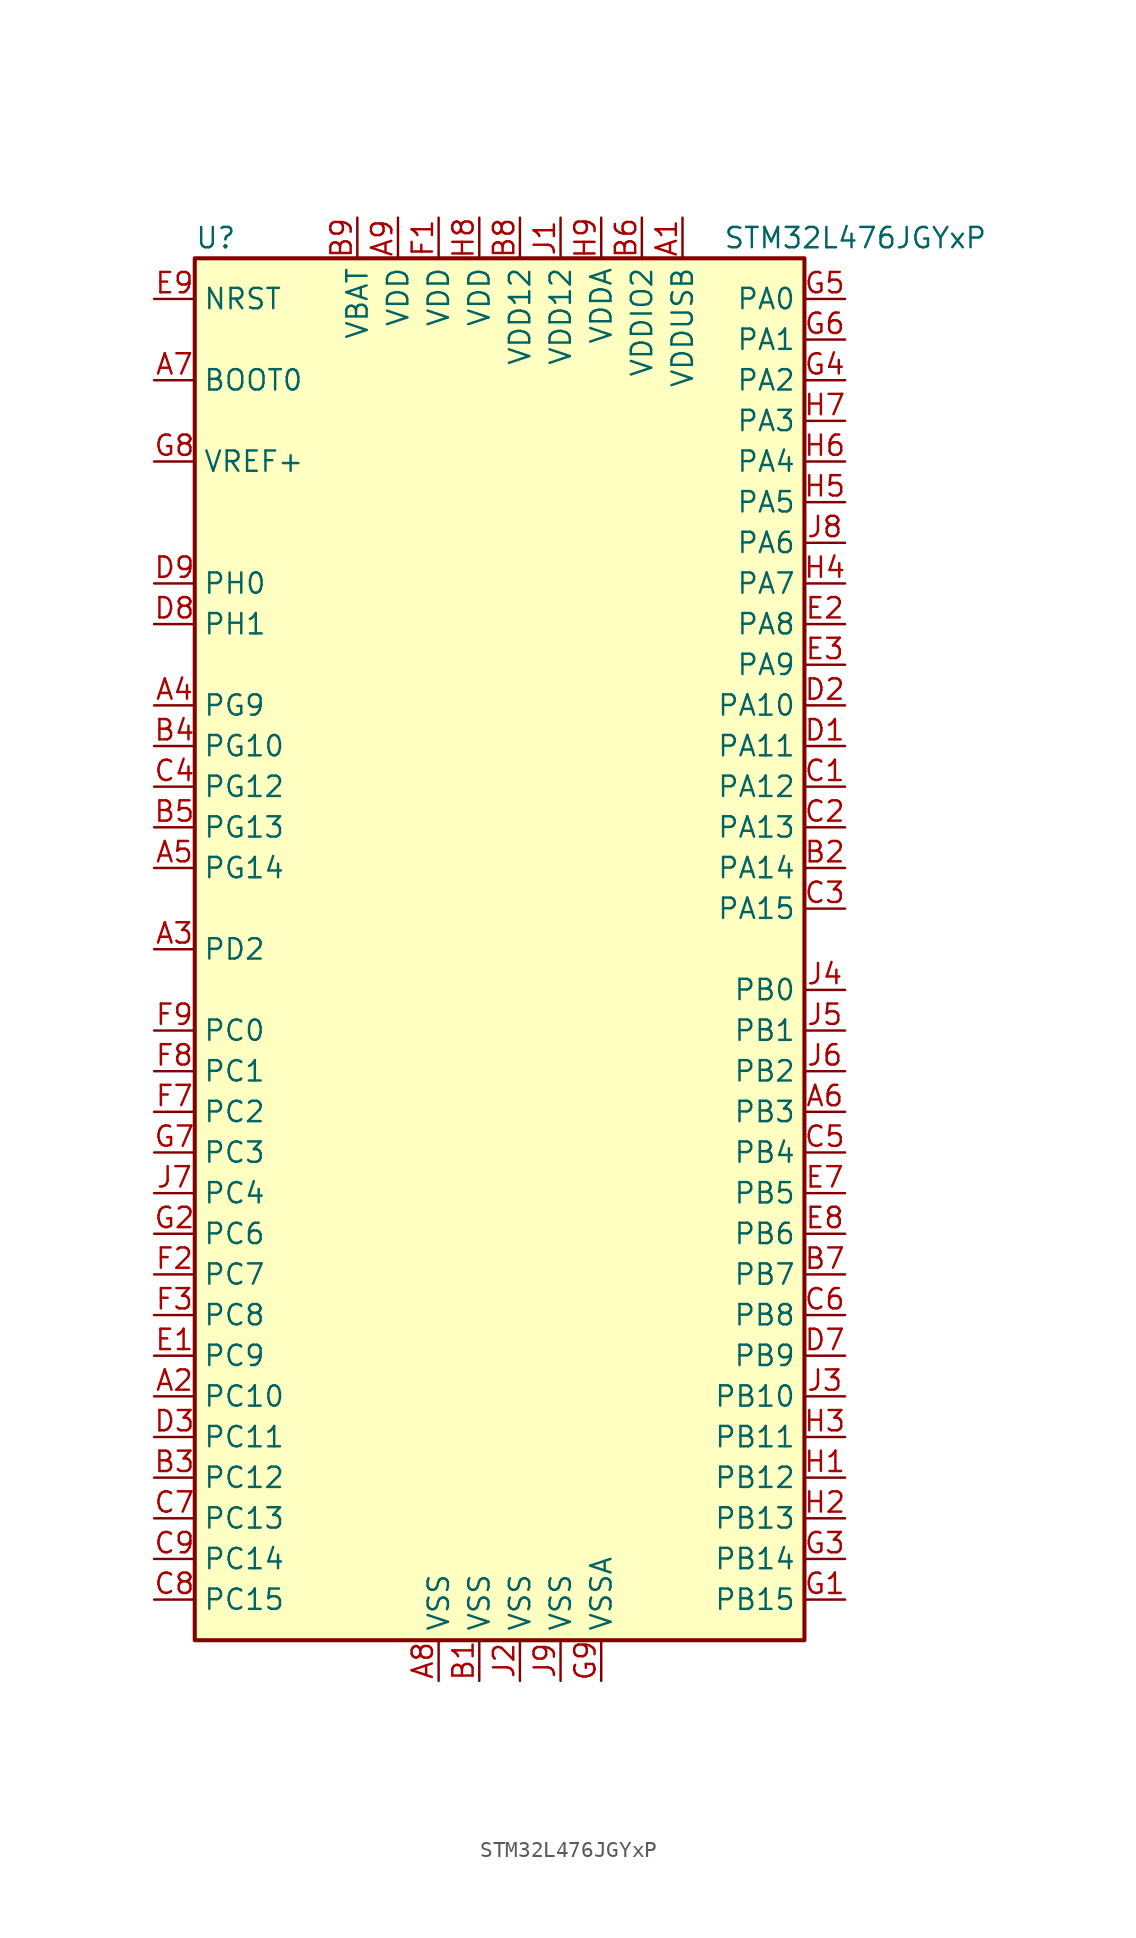
<source format=kicad_sym>
(kicad_symbol_lib
  (version 20201005)
  (generator kicad_symbol_editor)
  (symbol "STM32L476JGYxP"
    (property "Reference" "U"
      (at -20.32 44.45 0)
      (effects (font (size 1.27 1.27)) (justify left)))
    (property "Value" "STM32L476JGYxP"
      (at 12.7 44.45 0)
      (effects (font (size 1.27 1.27)) (justify left)))
    (symbol "STM32L476JGYxP_0_1"
      (rectangle (start -20.32 -43.18) (end 17.78 43.18) (stroke (width 0.254)) (fill (type background))))
    (symbol "STM32L476JGYxP_1_1"
      (pin input line (at -22.86 35.56 0) (length 2.54) (name "BOOT0" (effects (font (size 1.27 1.27)))) (number "A7" (effects (font (size 1.27 1.27)))))
      (pin input line (at -22.86 40.64 0) (length 2.54) (name "NRST" (effects (font (size 1.27 1.27)))) (number "E9" (effects (font (size 1.27 1.27)))))
      (pin bidirectional line (at 20.32 40.64 180) (length 2.54) (name "PA0" (effects (font (size 1.27 1.27)))) (number "G5" (effects (font (size 1.27 1.27)))))
      (pin bidirectional line (at 20.32 38.1 180) (length 2.54) (name "PA1" (effects (font (size 1.27 1.27)))) (number "G6" (effects (font (size 1.27 1.27)))))
      (pin bidirectional line (at 20.32 15.24 180) (length 2.54) (name "PA10" (effects (font (size 1.27 1.27)))) (number "D2" (effects (font (size 1.27 1.27)))))
      (pin bidirectional line (at 20.32 12.7 180) (length 2.54) (name "PA11" (effects (font (size 1.27 1.27)))) (number "D1" (effects (font (size 1.27 1.27)))))
      (pin bidirectional line (at 20.32 10.16 180) (length 2.54) (name "PA12" (effects (font (size 1.27 1.27)))) (number "C1" (effects (font (size 1.27 1.27)))))
      (pin bidirectional line (at 20.32 7.62 180) (length 2.54) (name "PA13" (effects (font (size 1.27 1.27)))) (number "C2" (effects (font (size 1.27 1.27)))))
      (pin bidirectional line (at 20.32 5.08 180) (length 2.54) (name "PA14" (effects (font (size 1.27 1.27)))) (number "B2" (effects (font (size 1.27 1.27)))))
      (pin bidirectional line (at 20.32 2.54 180) (length 2.54) (name "PA15" (effects (font (size 1.27 1.27)))) (number "C3" (effects (font (size 1.27 1.27)))))
      (pin bidirectional line (at 20.32 35.56 180) (length 2.54) (name "PA2" (effects (font (size 1.27 1.27)))) (number "G4" (effects (font (size 1.27 1.27)))))
      (pin bidirectional line (at 20.32 33.02 180) (length 2.54) (name "PA3" (effects (font (size 1.27 1.27)))) (number "H7" (effects (font (size 1.27 1.27)))))
      (pin bidirectional line (at 20.32 30.48 180) (length 2.54) (name "PA4" (effects (font (size 1.27 1.27)))) (number "H6" (effects (font (size 1.27 1.27)))))
      (pin bidirectional line (at 20.32 27.94 180) (length 2.54) (name "PA5" (effects (font (size 1.27 1.27)))) (number "H5" (effects (font (size 1.27 1.27)))))
      (pin bidirectional line (at 20.32 25.4 180) (length 2.54) (name "PA6" (effects (font (size 1.27 1.27)))) (number "J8" (effects (font (size 1.27 1.27)))))
      (pin bidirectional line (at 20.32 22.86 180) (length 2.54) (name "PA7" (effects (font (size 1.27 1.27)))) (number "H4" (effects (font (size 1.27 1.27)))))
      (pin bidirectional line (at 20.32 20.32 180) (length 2.54) (name "PA8" (effects (font (size 1.27 1.27)))) (number "E2" (effects (font (size 1.27 1.27)))))
      (pin bidirectional line (at 20.32 17.78 180) (length 2.54) (name "PA9" (effects (font (size 1.27 1.27)))) (number "E3" (effects (font (size 1.27 1.27)))))
      (pin bidirectional line (at 20.32 -2.54 180) (length 2.54) (name "PB0" (effects (font (size 1.27 1.27)))) (number "J4" (effects (font (size 1.27 1.27)))))
      (pin bidirectional line (at 20.32 -5.08 180) (length 2.54) (name "PB1" (effects (font (size 1.27 1.27)))) (number "J5" (effects (font (size 1.27 1.27)))))
      (pin bidirectional line (at 20.32 -27.94 180) (length 2.54) (name "PB10" (effects (font (size 1.27 1.27)))) (number "J3" (effects (font (size 1.27 1.27)))))
      (pin bidirectional line (at 20.32 -30.48 180) (length 2.54) (name "PB11" (effects (font (size 1.27 1.27)))) (number "H3" (effects (font (size 1.27 1.27)))))
      (pin bidirectional line (at 20.32 -33.02 180) (length 2.54) (name "PB12" (effects (font (size 1.27 1.27)))) (number "H1" (effects (font (size 1.27 1.27)))))
      (pin bidirectional line (at 20.32 -35.56 180) (length 2.54) (name "PB13" (effects (font (size 1.27 1.27)))) (number "H2" (effects (font (size 1.27 1.27)))))
      (pin bidirectional line (at 20.32 -38.1 180) (length 2.54) (name "PB14" (effects (font (size 1.27 1.27)))) (number "G3" (effects (font (size 1.27 1.27)))))
      (pin bidirectional line (at 20.32 -40.64 180) (length 2.54) (name "PB15" (effects (font (size 1.27 1.27)))) (number "G1" (effects (font (size 1.27 1.27)))))
      (pin bidirectional line (at 20.32 -7.62 180) (length 2.54) (name "PB2" (effects (font (size 1.27 1.27)))) (number "J6" (effects (font (size 1.27 1.27)))))
      (pin bidirectional line (at 20.32 -10.16 180) (length 2.54) (name "PB3" (effects (font (size 1.27 1.27)))) (number "A6" (effects (font (size 1.27 1.27)))))
      (pin bidirectional line (at 20.32 -12.7 180) (length 2.54) (name "PB4" (effects (font (size 1.27 1.27)))) (number "C5" (effects (font (size 1.27 1.27)))))
      (pin bidirectional line (at 20.32 -15.24 180) (length 2.54) (name "PB5" (effects (font (size 1.27 1.27)))) (number "E7" (effects (font (size 1.27 1.27)))))
      (pin bidirectional line (at 20.32 -17.78 180) (length 2.54) (name "PB6" (effects (font (size 1.27 1.27)))) (number "E8" (effects (font (size 1.27 1.27)))))
      (pin bidirectional line (at 20.32 -20.32 180) (length 2.54) (name "PB7" (effects (font (size 1.27 1.27)))) (number "B7" (effects (font (size 1.27 1.27)))))
      (pin bidirectional line (at 20.32 -22.86 180) (length 2.54) (name "PB8" (effects (font (size 1.27 1.27)))) (number "C6" (effects (font (size 1.27 1.27)))))
      (pin bidirectional line (at 20.32 -25.4 180) (length 2.54) (name "PB9" (effects (font (size 1.27 1.27)))) (number "D7" (effects (font (size 1.27 1.27)))))
      (pin bidirectional line (at -22.86 -5.08 0) (length 2.54) (name "PC0" (effects (font (size 1.27 1.27)))) (number "F9" (effects (font (size 1.27 1.27)))))
      (pin bidirectional line (at -22.86 -7.62 0) (length 2.54) (name "PC1" (effects (font (size 1.27 1.27)))) (number "F8" (effects (font (size 1.27 1.27)))))
      (pin bidirectional line (at -22.86 -27.94 0) (length 2.54) (name "PC10" (effects (font (size 1.27 1.27)))) (number "A2" (effects (font (size 1.27 1.27)))))
      (pin bidirectional line (at -22.86 -30.48 0) (length 2.54) (name "PC11" (effects (font (size 1.27 1.27)))) (number "D3" (effects (font (size 1.27 1.27)))))
      (pin bidirectional line (at -22.86 -33.02 0) (length 2.54) (name "PC12" (effects (font (size 1.27 1.27)))) (number "B3" (effects (font (size 1.27 1.27)))))
      (pin bidirectional line (at -22.86 -35.56 0) (length 2.54) (name "PC13" (effects (font (size 1.27 1.27)))) (number "C7" (effects (font (size 1.27 1.27)))))
      (pin bidirectional line (at -22.86 -38.1 0) (length 2.54) (name "PC14" (effects (font (size 1.27 1.27)))) (number "C9" (effects (font (size 1.27 1.27)))))
      (pin bidirectional line (at -22.86 -40.64 0) (length 2.54) (name "PC15" (effects (font (size 1.27 1.27)))) (number "C8" (effects (font (size 1.27 1.27)))))
      (pin bidirectional line (at -22.86 -10.16 0) (length 2.54) (name "PC2" (effects (font (size 1.27 1.27)))) (number "F7" (effects (font (size 1.27 1.27)))))
      (pin bidirectional line (at -22.86 -12.7 0) (length 2.54) (name "PC3" (effects (font (size 1.27 1.27)))) (number "G7" (effects (font (size 1.27 1.27)))))
      (pin bidirectional line (at -22.86 -15.24 0) (length 2.54) (name "PC4" (effects (font (size 1.27 1.27)))) (number "J7" (effects (font (size 1.27 1.27)))))
      (pin bidirectional line (at -22.86 -17.78 0) (length 2.54) (name "PC6" (effects (font (size 1.27 1.27)))) (number "G2" (effects (font (size 1.27 1.27)))))
      (pin bidirectional line (at -22.86 -20.32 0) (length 2.54) (name "PC7" (effects (font (size 1.27 1.27)))) (number "F2" (effects (font (size 1.27 1.27)))))
      (pin bidirectional line (at -22.86 -22.86 0) (length 2.54) (name "PC8" (effects (font (size 1.27 1.27)))) (number "F3" (effects (font (size 1.27 1.27)))))
      (pin bidirectional line (at -22.86 -25.4 0) (length 2.54) (name "PC9" (effects (font (size 1.27 1.27)))) (number "E1" (effects (font (size 1.27 1.27)))))
      (pin bidirectional line (at -22.86 0 0) (length 2.54) (name "PD2" (effects (font (size 1.27 1.27)))) (number "A3" (effects (font (size 1.27 1.27)))))
      (pin bidirectional line (at -22.86 12.7 0) (length 2.54) (name "PG10" (effects (font (size 1.27 1.27)))) (number "B4" (effects (font (size 1.27 1.27)))))
      (pin bidirectional line (at -22.86 10.16 0) (length 2.54) (name "PG12" (effects (font (size 1.27 1.27)))) (number "C4" (effects (font (size 1.27 1.27)))))
      (pin bidirectional line (at -22.86 7.62 0) (length 2.54) (name "PG13" (effects (font (size 1.27 1.27)))) (number "B5" (effects (font (size 1.27 1.27)))))
      (pin bidirectional line (at -22.86 5.08 0) (length 2.54) (name "PG14" (effects (font (size 1.27 1.27)))) (number "A5" (effects (font (size 1.27 1.27)))))
      (pin bidirectional line (at -22.86 15.24 0) (length 2.54) (name "PG9" (effects (font (size 1.27 1.27)))) (number "A4" (effects (font (size 1.27 1.27)))))
      (pin input line (at -22.86 22.86 0) (length 2.54) (name "PH0" (effects (font (size 1.27 1.27)))) (number "D9" (effects (font (size 1.27 1.27)))))
      (pin input line (at -22.86 20.32 0) (length 2.54) (name "PH1" (effects (font (size 1.27 1.27)))) (number "D8" (effects (font (size 1.27 1.27)))))
      (pin power_in line (at -10.16 45.72 270) (length 2.54) (name "VBAT" (effects (font (size 1.27 1.27)))) (number "B9" (effects (font (size 1.27 1.27)))))
      (pin power_in line (at -7.62 45.72 270) (length 2.54) (name "VDD" (effects (font (size 1.27 1.27)))) (number "A9" (effects (font (size 1.27 1.27)))))
      (pin power_in line (at -5.08 45.72 270) (length 2.54) (name "VDD" (effects (font (size 1.27 1.27)))) (number "F1" (effects (font (size 1.27 1.27)))))
      (pin power_in line (at -2.54 45.72 270) (length 2.54) (name "VDD" (effects (font (size 1.27 1.27)))) (number "H8" (effects (font (size 1.27 1.27)))))
      (pin power_in line (at 0 45.72 270) (length 2.54) (name "VDD12" (effects (font (size 1.27 1.27)))) (number "B8" (effects (font (size 1.27 1.27)))))
      (pin power_in line (at 2.54 45.72 270) (length 2.54) (name "VDD12" (effects (font (size 1.27 1.27)))) (number "J1" (effects (font (size 1.27 1.27)))))
      (pin power_in line (at 5.08 45.72 270) (length 2.54) (name "VDDA" (effects (font (size 1.27 1.27)))) (number "H9" (effects (font (size 1.27 1.27)))))
      (pin power_in line (at 7.62 45.72 270) (length 2.54) (name "VDDIO2" (effects (font (size 1.27 1.27)))) (number "B6" (effects (font (size 1.27 1.27)))))
      (pin power_in line (at 10.16 45.72 270) (length 2.54) (name "VDDUSB" (effects (font (size 1.27 1.27)))) (number "A1" (effects (font (size 1.27 1.27)))))
      (pin bidirectional line (at -22.86 30.48 0) (length 2.54) (name "VREF+" (effects (font (size 1.27 1.27)))) (number "G8" (effects (font (size 1.27 1.27)))))
      (pin power_in line (at -5.08 -45.72 90) (length 2.54) (name "VSS" (effects (font (size 1.27 1.27)))) (number "A8" (effects (font (size 1.27 1.27)))))
      (pin power_in line (at -2.54 -45.72 90) (length 2.54) (name "VSS" (effects (font (size 1.27 1.27)))) (number "B1" (effects (font (size 1.27 1.27)))))
      (pin power_in line (at 0 -45.72 90) (length 2.54) (name "VSS" (effects (font (size 1.27 1.27)))) (number "J2" (effects (font (size 1.27 1.27)))))
      (pin power_in line (at 2.54 -45.72 90) (length 2.54) (name "VSS" (effects (font (size 1.27 1.27)))) (number "J9" (effects (font (size 1.27 1.27)))))
      (pin power_in line (at 5.08 -45.72 90) (length 2.54) (name "VSSA" (effects (font (size 1.27 1.27)))) (number "G9" (effects (font (size 1.27 1.27))))))))
</source>
